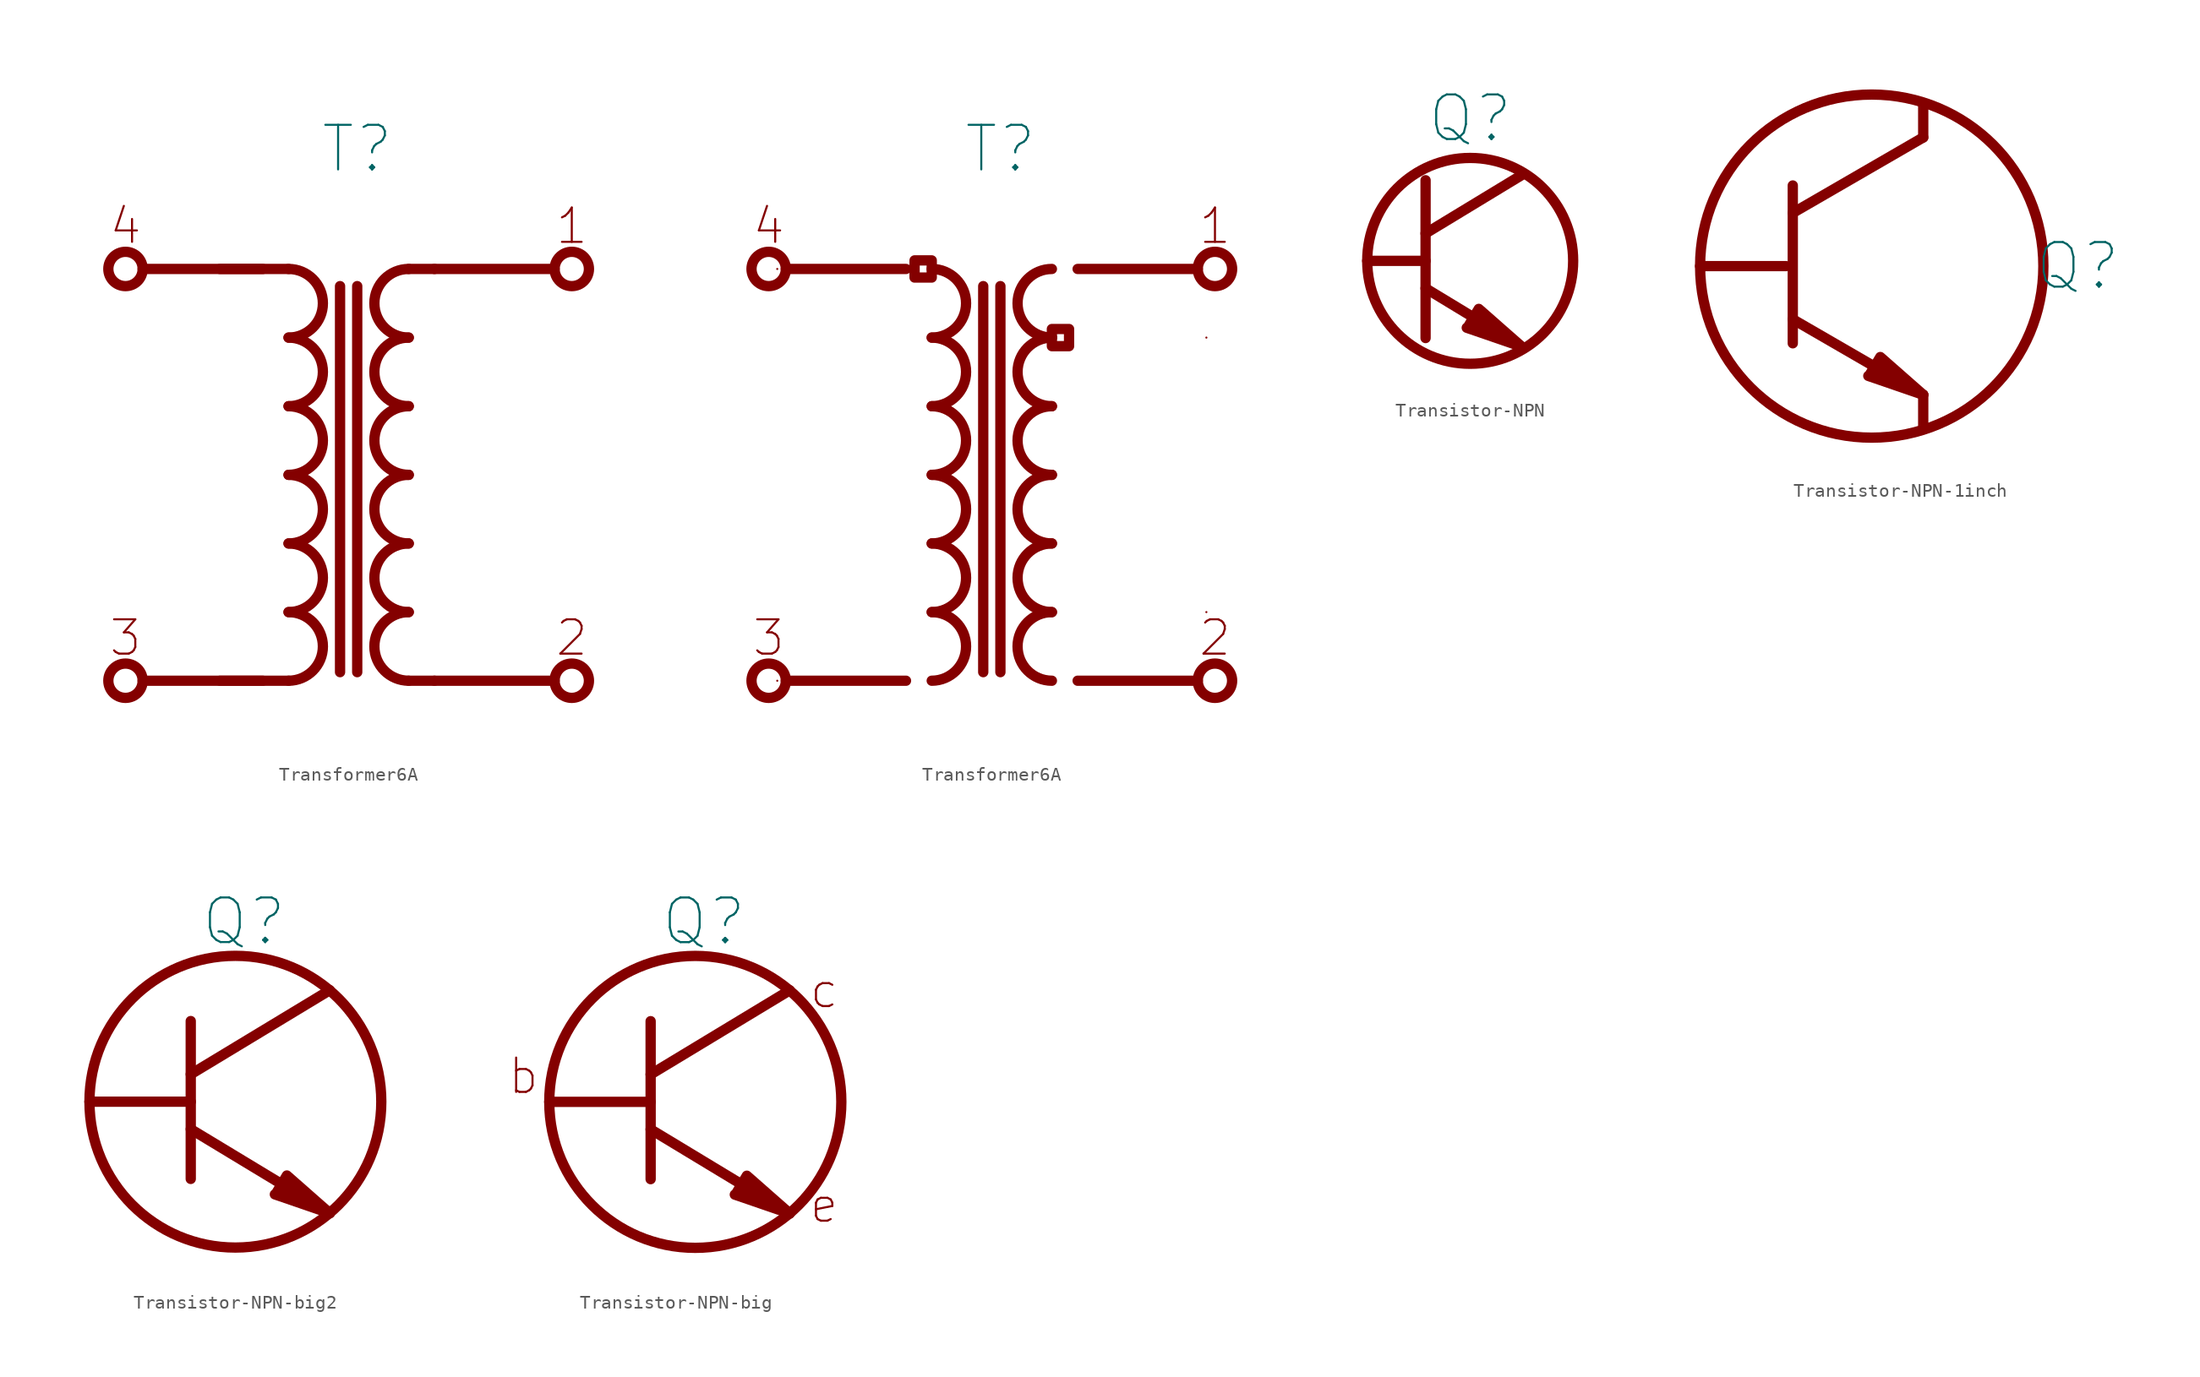
<source format=kicad_sym>
(kicad_symbol_lib
  (version 20211014)
  (generator kicad_symbol_editor)
  (symbol "Transformer6A"
    (pin_numbers hide)
    (pin_names
      (offset 0) hide)
    (property "Reference" "T"
      (at 0.635 24.13 0)
      (effects (font (size 3.302 3.302))))
    (symbol "Transformer6A_0_0"
      (circle (center -16.51 -15.24) (radius 1.27) (stroke (width 0.762) (type default) (color 0 0 0 0)) (fill (type none)))
      (circle (center -16.51 15.24) (radius 1.27) (stroke (width 0.762) (type default) (color 0 0 0 0)) (fill (type none)))
      (arc (start -4.445 -15.24) (mid -1.905 -12.7) (end -4.445 -10.16) (stroke (width 0.762) (type default) (color 0 0 0 0)) (fill (type none)))
      (arc (start -4.445 -10.16) (mid -1.905 -7.62) (end -4.445 -5.08) (stroke (width 0.762) (type default) (color 0 0 0 0)) (fill (type none)))
      (arc (start -4.445 -5.08) (mid -1.905 -2.54) (end -4.445 0) (stroke (width 0.762) (type default) (color 0 0 0 0)) (fill (type none)))
      (arc (start -4.445 0) (mid -1.905 2.54) (end -4.445 5.08) (stroke (width 0.762) (type default) (color 0 0 0 0)) (fill (type none)))
      (arc (start -4.445 5.08) (mid -1.905 7.62) (end -4.445 10.16) (stroke (width 0.762) (type default) (color 0 0 0 0)) (fill (type none)))
      (arc (start -4.445 10.16) (mid -1.905 12.7) (end -4.445 15.24) (stroke (width 0.762) (type default) (color 0 0 0 0)) (fill (type none)))
      (polyline (pts (xy -6.35 -15.24) (xy -15.24 -15.24)) (stroke (width 0.762) (type default) (color 0 0 0 0)) (fill (type none)))
      (polyline (pts (xy -6.35 15.24) (xy -15.24 15.24)) (stroke (width 0.762) (type default) (color 0 0 0 0)) (fill (type none)))
      (polyline (pts (xy -0.635 13.97) (xy -0.635 -14.605)) (stroke (width 0.762) (type default) (color 0 0 0 0)) (fill (type none)))
      (polyline (pts (xy 6.35 -15.24) (xy 15.24 -15.24)) (stroke (width 0.762) (type default) (color 0 0 0 0)) (fill (type none)))
      (polyline (pts (xy 15.24 15.24) (xy 6.35 15.24)) (stroke (width 0.762) (type default) (color 0 0 0 0)) (fill (type none)))
      (circle (center 16.51 -15.24) (radius 1.27) (stroke (width 0.762) (type default) (color 0 0 0 0)) (fill (type none)))
      (circle (center 16.51 15.24) (radius 1.27) (stroke (width 0.762) (type default) (color 0 0 0 0)) (fill (type none)))
      (text "1" (at 16.51 18.415 0) (effects (font (size 2.54 2.54))))
      (text "2" (at 16.51 -12.065 0) (effects (font (size 2.54 2.54))))
      (text "3" (at -16.51 -12.065 0) (effects (font (size 2.54 2.54))))
      (text "4" (at -16.51 18.415 0) (effects (font (size 2.54 2.54)))))
    (symbol "Transformer6A_0_1"
      (polyline (pts (xy -9.525 -15.24) (xy -4.445 -15.24)) (stroke (width 0.762) (type default) (color 0 0 0 0)) (fill (type none)))
      (polyline (pts (xy -9.525 15.24) (xy -4.445 15.24)) (stroke (width 0.762) (type default) (color 0 0 0 0)) (fill (type none)))
      (polyline (pts (xy 4.445 -15.24) (xy 6.35 -15.24)) (stroke (width 0.762) (type default) (color 0 0 0 0)) (fill (type none)))
      (polyline (pts (xy 4.445 15.24) (xy 6.35 15.24)) (stroke (width 0.762) (type default) (color 0 0 0 0)) (fill (type none))))
    (symbol "Transformer6A_0_2"
      (polyline (pts (xy -4.445 15.875) (xy -4.445 14.605) (xy -5.715 14.605) (xy -5.715 15.875) (xy -4.445 15.875)) (stroke (width 0.762) (type default) (color 0 0 0 0)) (fill (type none)))
      (polyline (pts (xy 4.445 10.795) (xy 4.445 9.525) (xy 5.715 9.525) (xy 5.715 10.795) (xy 4.445 10.795)) (stroke (width 0.762) (type default) (color 0 0 0 0)) (fill (type none))))
    (symbol "Transformer6A_1_0"
      (polyline (pts (xy 0.635 -14.605) (xy 0.635 13.97)) (stroke (width 0.762) (type default) (color 0 0 0 0)) (fill (type none)))
      (arc (start 4.445 -10.16) (mid 1.905 -12.7) (end 4.445 -15.24) (stroke (width 0.762) (type default) (color 0 0 0 0)) (fill (type none)))
      (arc (start 4.445 -5.08) (mid 1.905 -7.62) (end 4.445 -10.16) (stroke (width 0.762) (type default) (color 0 0 0 0)) (fill (type none)))
      (arc (start 4.445 0) (mid 1.905 -2.54) (end 4.445 -5.08) (stroke (width 0.762) (type default) (color 0 0 0 0)) (fill (type none)))
      (arc (start 4.445 5.08) (mid 1.905 2.54) (end 4.445 0) (stroke (width 0.762) (type default) (color 0 0 0 0)) (fill (type none)))
      (arc (start 4.445 10.16) (mid 1.905 7.62) (end 4.445 5.08) (stroke (width 0.762) (type default) (color 0 0 0 0)) (fill (type none)))
      (arc (start 4.445 15.24) (mid 1.905 12.7) (end 4.445 10.16) (stroke (width 0.762) (type default) (color 0 0 0 0)) (fill (type none)))
      (pin passive line (at -17.78 -15.24 0) (length 0) (name "3" (effects (font (size 3.556 3.556)))) (number "3" (effects (font (size 3.556 3.556))))))
    (symbol "Transformer6A_1_1"
      (pin passive line (at 17.78 15.24 180) (length 0) (name "1" (effects (font (size 1.27 1.27)))) (number "1" (effects (font (size 1.27 1.27)))))
      (pin passive line (at 17.78 -15.24 180) (length 0) (name "2" (effects (font (size 3.556 3.556)))) (number "2" (effects (font (size 3.556 3.556)))))
      (pin passive line (at -17.78 15.24 0) (length 0) (name "4" (effects (font (size 1.27 1.27)))) (number "4" (effects (font (size 1.27 1.27))))))
    (symbol "Transformer6A_1_2"
      (pin passive line (at 15.875 10.16 180) (length 0) (name "1" (effects (font (size 1.27 1.27)))) (number "1" (effects (font (size 1.27 1.27)))))
      (pin passive line (at 15.875 -10.16 180) (length 0) (name "2" (effects (font (size 3.556 3.556)))) (number "2" (effects (font (size 3.556 3.556)))))
      (pin passive line (at -15.875 15.24 0) (length 0) (name "3" (effects (font (size 3.556 3.556)))) (number "3" (effects (font (size 3.556 3.556)))))
      (pin passive line (at -15.875 -15.24 0) (length 0) (name "4" (effects (font (size 1.27 1.27)))) (number "4" (effects (font (size 1.27 1.27)))))))
  (symbol "Transistor-NPN"
    (pin_numbers hide)
    (pin_names
      (offset 0) hide)
    (property "Reference" "Q"
      (at 0 10.541 0)
      (effects (font (size 3.302 3.302))))
    (symbol "Transistor-NPN_0_1"
      (polyline (pts (xy -3.302 -2.032) (xy 3.81 -6.35)) (stroke (width 0.762) (type default) (color 0 0 0 0)) (fill (type none)))
      (polyline (pts (xy -3.302 2.032) (xy 3.81 6.35)) (stroke (width 0.762) (type default) (color 0 0 0 0)) (fill (type none)))
      (polyline (pts (xy -3.302 5.969) (xy -3.302 -5.715)) (stroke (width 0.762) (type default) (color 0 0 0 0)) (fill (type none)))
      (polyline (pts (xy -3.302 0) (xy -7.62 0) (xy -7.493 0)) (stroke (width 0.762) (type default) (color 0 0 0 0)) (fill (type none)))
      (polyline (pts (xy -0.127 -4.826) (xy 0.635 -3.556) (xy 3.81 -6.35) (xy -0.254 -4.953)) (stroke (width 0.762) (type default) (color 0 0 0 0)) (fill (type outline)))
      (circle (center 0 0) (radius 7.62) (stroke (width 0.762) (type default) (color 0 0 0 0)) (fill (type none))))
    (symbol "Transistor-NPN_1_1"
      (pin passive line (at 3.81 6.35 180) (length 0) (name "C" (effects (font (size 1.27 1.27)))) (number "1" (effects (font (size 1.27 1.27)))))
      (pin passive line (at -7.62 0 0) (length 0) (name "B" (effects (font (size 1.27 1.27)))) (number "2" (effects (font (size 1.27 1.27)))))
      (pin passive line (at 3.81 -6.35 180) (length 0) (name "E" (effects (font (size 1.27 1.27)))) (number "3" (effects (font (size 1.27 1.27)))))))
  (symbol "Transistor-NPN-1inch"
    (pin_numbers hide)
    (pin_names
      (offset 0) hide)
    (property "Reference" "Q"
      (at 15.24 0 0)
      (effects (font (size 3.302 3.302))))
    (symbol "Transistor-NPN-1inch_0_1"
      (polyline (pts (xy -5.842 -3.937) (xy 3.81 -9.525)) (stroke (width 0.762) (type default) (color 0 0 0 0)) (fill (type none)))
      (polyline (pts (xy -5.842 3.937) (xy 3.81 9.525)) (stroke (width 0.762) (type default) (color 0 0 0 0)) (fill (type none)))
      (polyline (pts (xy -5.842 5.969) (xy -5.842 -5.715)) (stroke (width 0.762) (type default) (color 0 0 0 0)) (fill (type none)))
      (polyline (pts (xy 3.81 -9.525) (xy 3.81 -12.065)) (stroke (width 0.762) (type default) (color 0 0 0 0)) (fill (type none)))
      (polyline (pts (xy 3.81 9.525) (xy 3.81 12.065)) (stroke (width 0.762) (type default) (color 0 0 0 0)) (fill (type none)))
      (polyline (pts (xy -6.35 0) (xy -12.7 0) (xy -12.573 0)) (stroke (width 0.762) (type default) (color 0 0 0 0)) (fill (type none)))
      (circle (center 0 0) (radius 12.7) (stroke (width 0.762) (type default) (color 0 0 0 0)) (fill (type none))))
    (symbol "Transistor-NPN-1inch_1_1"
      (polyline (pts (xy -0.127 -8.001) (xy 0.635 -6.731) (xy 3.81 -9.525) (xy -0.254 -8.128)) (stroke (width 0.762) (type default) (color 0 0 0 0)) (fill (type outline)))
      (pin passive line (at 3.81 12.065 270) (length 0) (name "C" (effects (font (size 1.27 1.27)))) (number "1" (effects (font (size 1.27 1.27)))))
      (pin passive line (at -12.7 0 0) (length 0) (name "B" (effects (font (size 1.27 1.27)))) (number "2" (effects (font (size 1.27 1.27)))))
      (pin passive line (at 3.81 -12.065 90) (length 0) (name "E" (effects (font (size 1.27 1.27)))) (number "3" (effects (font (size 1.27 1.27)))))))
  (symbol "Transistor-NPN-big2"
    (pin_numbers hide)
    (pin_names
      (offset 0) hide)
    (property "Reference" "Q"
      (at 0.635 13.335 0)
      (effects (font (size 3.302 3.302))))
    (symbol "Transistor-NPN-big2_0_1"
      (polyline (pts (xy -3.302 -2.032) (xy 6.985 -8.255)) (stroke (width 0.762) (type default) (color 0 0 0 0)) (fill (type none)))
      (polyline (pts (xy -3.302 2.032) (xy 6.985 8.255)) (stroke (width 0.762) (type default) (color 0 0 0 0)) (fill (type none)))
      (polyline (pts (xy -3.302 5.969) (xy -3.302 -5.715)) (stroke (width 0.762) (type default) (color 0 0 0 0)) (fill (type none)))
      (polyline (pts (xy -3.302 0) (xy -10.795 0) (xy -7.493 0)) (stroke (width 0.762) (type default) (color 0 0 0 0)) (fill (type none)))
      (polyline (pts (xy 3.048 -6.731) (xy 3.81 -5.461) (xy 6.985 -8.255) (xy 2.921 -6.858)) (stroke (width 0.762) (type default) (color 0 0 0 0)) (fill (type outline)))
      (circle (center 0 0) (radius 10.795) (stroke (width 0.762) (type default) (color 0 0 0 0)) (fill (type none))))
    (symbol "Transistor-NPN-big2_1_1"
      (pin passive line (at 6.985 8.255 180) (length 0) (name "C" (effects (font (size 1.27 1.27)))) (number "1" (effects (font (size 1.27 1.27)))))
      (pin passive line (at -10.795 0 0) (length 0) (name "B" (effects (font (size 1.27 1.27)))) (number "2" (effects (font (size 1.27 1.27)))))
      (pin passive line (at 6.985 -8.255 180) (length 0) (name "E" (effects (font (size 1.27 1.27)))) (number "3" (effects (font (size 1.27 1.27)))))))
  (symbol "Transistor-NPN-big"
    (pin_numbers hide)
    (pin_names
      (offset 0) hide)
    (property "Reference" "Q"
      (at 0.635 13.335 0)
      (effects (font (size 3.302 3.302))))
    (symbol "Transistor-NPN-big_0_0"
      (text "b" (at -12.7 1.905 0) (effects (font (size 2.54 2.54))))
      (text "c" (at 9.525 8.255 0) (effects (font (size 2.54 2.54))))
      (text "e" (at 9.525 -7.62 0) (effects (font (size 2.54 2.54)))))
    (symbol "Transistor-NPN-big_0_1"
      (polyline (pts (xy -3.302 -2.032) (xy 6.985 -8.255)) (stroke (width 0.762) (type default) (color 0 0 0 0)) (fill (type none)))
      (polyline (pts (xy -3.302 2.032) (xy 6.985 8.255)) (stroke (width 0.762) (type default) (color 0 0 0 0)) (fill (type none)))
      (polyline (pts (xy -3.302 5.969) (xy -3.302 -5.715)) (stroke (width 0.762) (type default) (color 0 0 0 0)) (fill (type none)))
      (polyline (pts (xy -3.302 0) (xy -10.795 0) (xy -7.493 0)) (stroke (width 0.762) (type default) (color 0 0 0 0)) (fill (type none)))
      (polyline (pts (xy 3.048 -6.731) (xy 3.81 -5.461) (xy 6.985 -8.255) (xy 2.921 -6.858)) (stroke (width 0.762) (type default) (color 0 0 0 0)) (fill (type outline)))
      (circle (center 0 0) (radius 10.795) (stroke (width 0.762) (type default) (color 0 0 0 0)) (fill (type none))))
    (symbol "Transistor-NPN-big_1_1"
      (pin passive line (at 6.985 8.255 180) (length 0) (name "C" (effects (font (size 1.27 1.27)))) (number "1" (effects (font (size 1.27 1.27)))))
      (pin passive line (at -10.795 0 0) (length 0) (name "B" (effects (font (size 1.27 1.27)))) (number "2" (effects (font (size 1.27 1.27)))))
      (pin passive line (at 6.985 -8.255 180) (length 0) (name "E" (effects (font (size 1.27 1.27)))) (number "3" (effects (font (size 1.27 1.27))))))))
</source>
